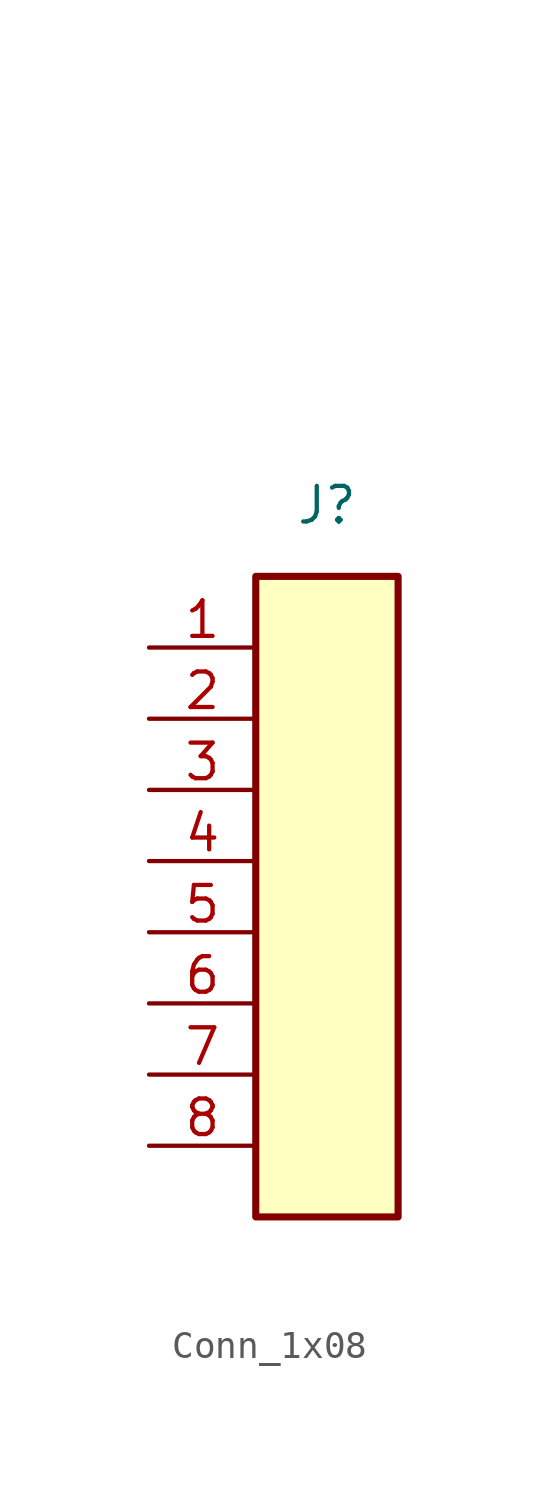
<source format=kicad_sym>
(kicad_symbol_lib
  (version 20220914)
  (generator kicad_symbol_editor)
  (symbol "Conn_1x08"
    (pin_names hide)
    (property "Reference" "J"
      (at 0 12.7 0)
      (effects (font (size 1.27 1.27))))
    (property "Value" ""
      (at 1.27 22.86 0)
      (effects (font (size 1.27 1.27))))
    (symbol "Conn_1x08_1_1"
      (rectangle (start -2.54 10.16) (end 2.54 -12.7) (stroke (width 0.254) (type default)) (fill (type background)))
      (pin passive line (at -6.35 7.62 0) (length 3.81) (name "Pin_1" (effects (font (size 1.27 1.27)))) (number "1" (effects (font (size 1.27 1.27)))))
      (pin passive line (at -6.35 5.08 0) (length 3.81) (name "Pin_2" (effects (font (size 1.27 1.27)))) (number "2" (effects (font (size 1.27 1.27)))))
      (pin passive line (at -6.35 2.54 0) (length 3.81) (name "Pin_3" (effects (font (size 1.27 1.27)))) (number "3" (effects (font (size 1.27 1.27)))))
      (pin passive line (at -6.35 0 0) (length 3.81) (name "Pin_4" (effects (font (size 1.27 1.27)))) (number "4" (effects (font (size 1.27 1.27)))))
      (pin passive line (at -6.35 -2.54 0) (length 3.81) (name "Pin_5" (effects (font (size 1.27 1.27)))) (number "5" (effects (font (size 1.27 1.27)))))
      (pin passive line (at -6.35 -5.08 0) (length 3.81) (name "Pin_6" (effects (font (size 1.27 1.27)))) (number "6" (effects (font (size 1.27 1.27)))))
      (pin passive line (at -6.35 -7.62 0) (length 3.81) (name "Pin_7" (effects (font (size 1.27 1.27)))) (number "7" (effects (font (size 1.27 1.27)))))
      (pin passive line (at -6.35 -10.16 0) (length 3.81) (name "Pin_8" (effects (font (size 1.27 1.27)))) (number "8" (effects (font (size 1.27 1.27))))))))
</source>
